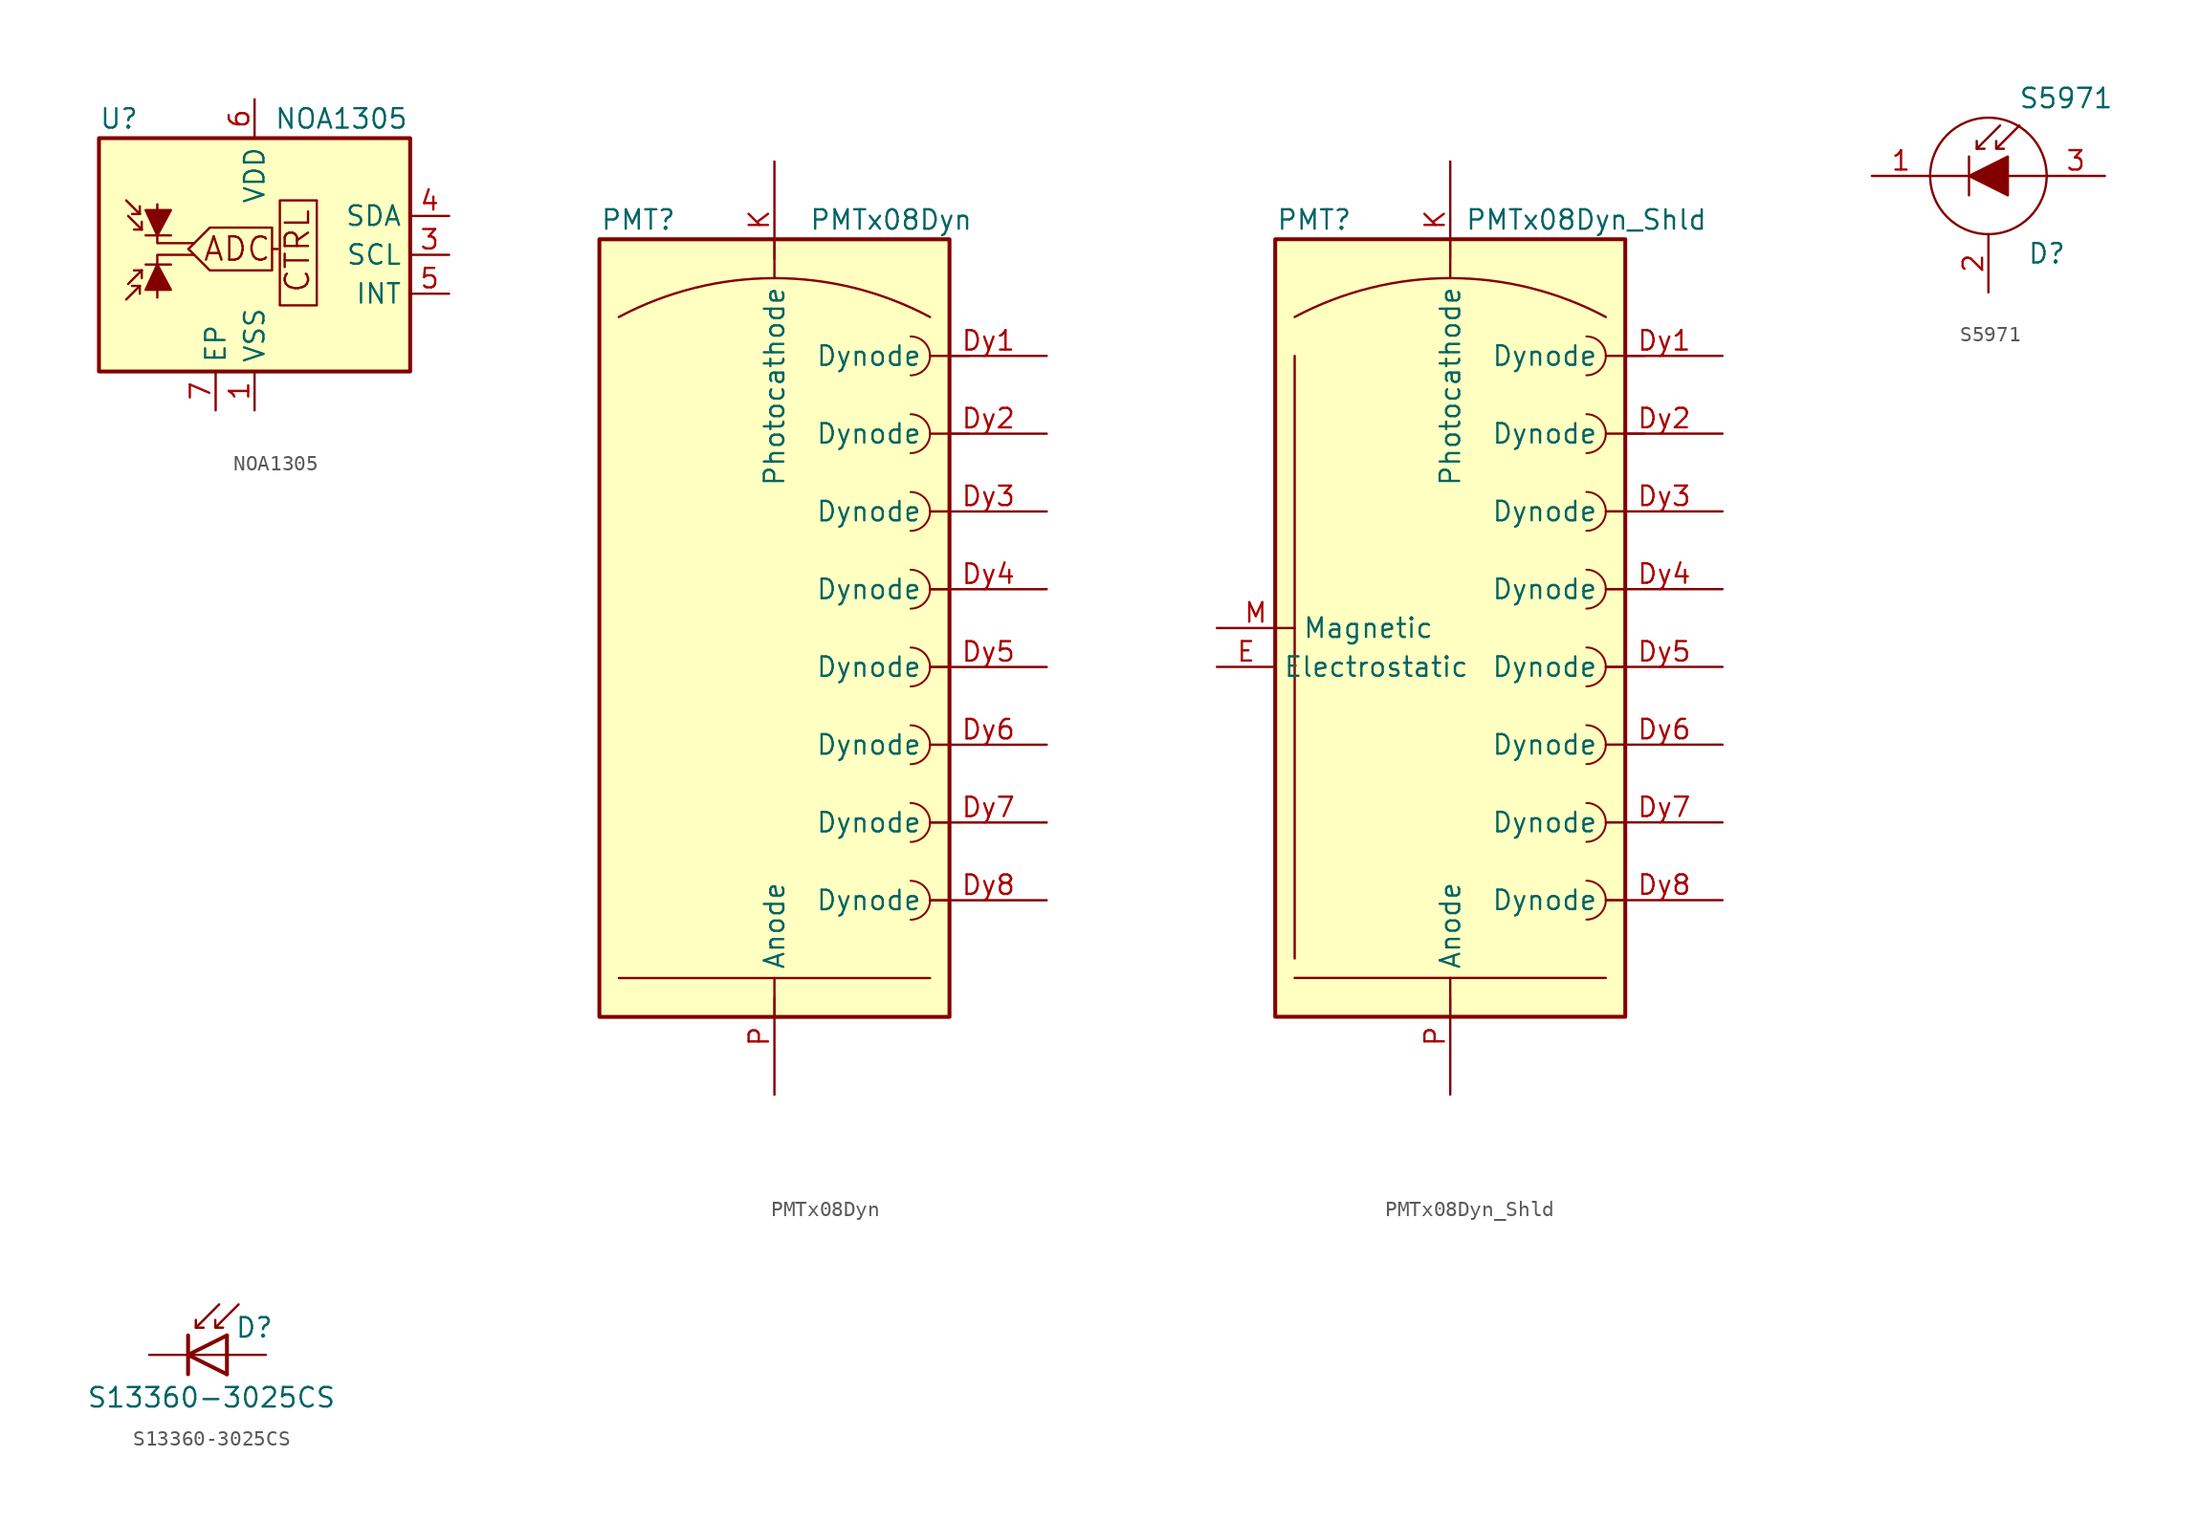
<source format=kicad_sym>
(kicad_symbol_lib
  (version 20211014)
  (generator kicad_symbol_editor)
  (symbol "NOA1305"
    (property "Reference" "U"
      (at -10.16 8.89 0)
      (effects (font (size 1.27 1.27)) (justify left)))
    (property "Value" "NOA1305"
      (at 1.27 8.89 0)
      (effects (font (size 1.27 1.27)) (justify left)))
    (symbol "NOA1305_0_0"
      (polyline (pts (xy 1.143 0.381) (xy 1.524 0.381)) (stroke (width 0) (type default) (color 0 0 0 0)) (fill (type none)))
      (polyline (pts (xy -6.35 -2.794) (xy -6.35 0) (xy -3.937 0)) (stroke (width 0) (type default) (color 0 0 0 0)) (fill (type none)))
      (polyline (pts (xy -6.35 3.302) (xy -6.35 0.762) (xy -3.937 0.762)) (stroke (width 0) (type default) (color 0 0 0 0)) (fill (type none)))
      (polyline (pts (xy -4.318 0.381) (xy -2.921 -1.016) (xy 1.143 -1.016) (xy 1.143 0.381)) (stroke (width 0) (type default) (color 0 0 0 0)) (fill (type none)))
      (polyline (pts (xy -4.318 0.381) (xy -2.921 1.778) (xy 1.143 1.778) (xy 1.143 0.381)) (stroke (width 0) (type default) (color 0 0 0 0)) (fill (type none)))
      (rectangle (start 1.651 3.556) (end 4.064 -3.302) (stroke (width 0) (type default) (color 0 0 0 0)) (fill (type none)))
      (text "ADC" (at -1.143 0.381 0) (effects (font (size 1.524 1.524))))
      (text "CTRL" (at 2.794 0.254 900) (effects (font (size 1.524 1.524)))))
    (symbol "NOA1305_0_1"
      (polyline (pts (xy -7.493 -2.032) (xy -8.382 -2.921)) (stroke (width 0) (type default) (color 0 0 0 0)) (fill (type none)))
      (polyline (pts (xy -7.493 -2.032) (xy -8.001 -2.032)) (stroke (width 0) (type default) (color 0 0 0 0)) (fill (type none)))
      (polyline (pts (xy -7.493 -2.032) (xy -7.493 -2.54)) (stroke (width 0) (type default) (color 0 0 0 0)) (fill (type none)))
      (polyline (pts (xy -7.493 2.667) (xy -8.382 3.556)) (stroke (width 0) (type default) (color 0 0 0 0)) (fill (type none)))
      (polyline (pts (xy -7.493 2.667) (xy -8.001 2.667)) (stroke (width 0) (type default) (color 0 0 0 0)) (fill (type none)))
      (polyline (pts (xy -7.493 2.667) (xy -7.493 3.175)) (stroke (width 0) (type default) (color 0 0 0 0)) (fill (type none)))
      (polyline (pts (xy -7.366 -1.016) (xy -8.255 -1.905)) (stroke (width 0) (type default) (color 0 0 0 0)) (fill (type none)))
      (polyline (pts (xy -7.366 -1.016) (xy -7.874 -1.016)) (stroke (width 0) (type default) (color 0 0 0 0)) (fill (type none)))
      (polyline (pts (xy -7.366 -1.016) (xy -7.366 -1.524)) (stroke (width 0) (type default) (color 0 0 0 0)) (fill (type none)))
      (polyline (pts (xy -7.366 1.651) (xy -8.255 2.54)) (stroke (width 0) (type default) (color 0 0 0 0)) (fill (type none)))
      (polyline (pts (xy -7.366 1.651) (xy -7.874 1.651)) (stroke (width 0) (type default) (color 0 0 0 0)) (fill (type none)))
      (polyline (pts (xy -7.366 1.651) (xy -7.366 2.159)) (stroke (width 0) (type default) (color 0 0 0 0)) (fill (type none)))
      (polyline (pts (xy -7.112 -0.635) (xy -5.461 -0.635)) (stroke (width 0) (type default) (color 0 0 0 0)) (fill (type none)))
      (polyline (pts (xy -7.112 1.27) (xy -5.461 1.27)) (stroke (width 0) (type default) (color 0 0 0 0)) (fill (type none)))
      (polyline (pts (xy -7.112 -2.286) (xy -5.461 -2.286) (xy -6.35 -0.635) (xy -7.112 -2.286)) (stroke (width 0) (type default) (color 0 0 0 0)) (fill (type outline)))
      (polyline (pts (xy -7.112 2.921) (xy -5.461 2.921) (xy -6.35 1.27) (xy -7.112 2.921)) (stroke (width 0) (type default) (color 0 0 0 0)) (fill (type outline)))
      (rectangle (start 10.16 7.62) (end -10.16 -7.62) (stroke (width 0.254) (type default) (color 0 0 0 0)) (fill (type background))))
    (symbol "NOA1305_1_1"
      (pin power_in line (at 0 -10.16 90) (length 2.54) (name "VSS" (effects (font (size 1.27 1.27)))) (number "1" (effects (font (size 1.27 1.27)))))
      (pin no_connect line (at -10.16 5.08 0) (length 2.54) hide (name "NC" (effects (font (size 1.27 1.27)))) (number "2" (effects (font (size 1.27 1.27)))))
      (pin input line (at 12.7 0 180) (length 2.54) (name "SCL" (effects (font (size 1.27 1.27)))) (number "3" (effects (font (size 1.27 1.27)))))
      (pin bidirectional line (at 12.7 2.54 180) (length 2.54) (name "SDA" (effects (font (size 1.27 1.27)))) (number "4" (effects (font (size 1.27 1.27)))))
      (pin open_collector line (at 12.7 -2.54 180) (length 2.54) (name "INT" (effects (font (size 1.27 1.27)))) (number "5" (effects (font (size 1.27 1.27)))))
      (pin power_in line (at 0 10.16 270) (length 2.54) (name "VDD" (effects (font (size 1.27 1.27)))) (number "6" (effects (font (size 1.27 1.27)))))
      (pin passive line (at -2.54 -10.16 90) (length 2.54) (name "EP" (effects (font (size 1.27 1.27)))) (number "7" (effects (font (size 1.27 1.27)))))))
  (symbol "PMTx08Dyn"
    (property "Reference" "PMT"
      (at -8.89 26.67 0)
      (effects (font (size 1.27 1.27))))
    (property "Value" "PMTx08Dyn"
      (at 7.62 26.67 0)
      (effects (font (size 1.27 1.27))))
    (symbol "PMTx08Dyn_0_1"
      (polyline (pts (xy 0 -25.4) (xy 0 -24.13)) (stroke (width 0.127) (type default) (color 0 0 0 0)) (fill (type none)))
      (polyline (pts (xy 0 25.4) (xy 0 24.13)) (stroke (width 0.127) (type default) (color 0 0 0 0)) (fill (type none)))
      (polyline (pts (xy 10.16 -22.86) (xy -10.16 -22.86)) (stroke (width 0) (type default) (color 0 0 0 0)) (fill (type none)))
      (polyline (pts (xy 11.43 -17.78) (xy 10.16 -17.78)) (stroke (width 0.127) (type default) (color 0 0 0 0)) (fill (type none)))
      (polyline (pts (xy 11.43 -12.7) (xy 10.16 -12.7)) (stroke (width 0.127) (type default) (color 0 0 0 0)) (fill (type none)))
      (polyline (pts (xy 11.43 -7.62) (xy 10.16 -7.62)) (stroke (width 0.127) (type default) (color 0 0 0 0)) (fill (type none)))
      (polyline (pts (xy 11.43 -2.54) (xy 10.16 -2.54)) (stroke (width 0.127) (type default) (color 0 0 0 0)) (fill (type none)))
      (polyline (pts (xy 11.43 2.54) (xy 10.16 2.54)) (stroke (width 0.127) (type default) (color 0 0 0 0)) (fill (type none)))
      (polyline (pts (xy 11.43 7.62) (xy 10.16 7.62)) (stroke (width 0.127) (type default) (color 0 0 0 0)) (fill (type none)))
      (polyline (pts (xy 12.7 12.7) (xy 11.43 12.7)) (stroke (width 0.127) (type default) (color 0 0 0 0)) (fill (type none)))
      (polyline (pts (xy 12.7 17.78) (xy 11.43 17.78)) (stroke (width 0.127) (type default) (color 0 0 0 0)) (fill (type none)))
      (arc (start 8.89 -19.05) (mid 10.16 -17.78) (end 8.89 -16.51) (stroke (width 0.127) (type default) (color 0 0 0 0)) (fill (type none)))
      (arc (start 8.89 -13.97) (mid 10.16 -12.7) (end 8.89 -11.43) (stroke (width 0.127) (type default) (color 0 0 0 0)) (fill (type none)))
      (arc (start 8.89 -8.89) (mid 10.16 -7.62) (end 8.89 -6.35) (stroke (width 0.127) (type default) (color 0 0 0 0)) (fill (type none)))
      (arc (start 8.89 -3.81) (mid 10.16 -2.54) (end 8.89 -1.27) (stroke (width 0.127) (type default) (color 0 0 0 0)) (fill (type none)))
      (arc (start 8.89 1.27) (mid 10.16 2.54) (end 8.89 3.81) (stroke (width 0.127) (type default) (color 0 0 0 0)) (fill (type none)))
      (arc (start 8.89 6.35) (mid 10.16 7.62) (end 8.89 8.89) (stroke (width 0.127) (type default) (color 0 0 0 0)) (fill (type none)))
      (arc (start 8.89 11.43) (mid 10.16 12.7) (end 8.89 13.97) (stroke (width 0.127) (type default) (color 0 0 0 0)) (fill (type none)))
      (arc (start 8.89 16.51) (mid 10.16 17.78) (end 8.89 19.05) (stroke (width 0.127) (type default) (color 0 0 0 0)) (fill (type none)))
      (arc (start 10.16 20.32) (mid 0 22.86) (end -10.16 20.32) (stroke (width 0) (type default) (color 0 0 0 0)) (fill (type none)))
      (rectangle (start 11.43 -25.4) (end -11.43 25.4) (stroke (width 0.254) (type default) (color 0 0 0 0)) (fill (type background))))
    (symbol "PMTx08Dyn_1_1"
      (pin passive line (at 17.78 17.78 180) (length 7.62) (name "Dynode" (effects (font (size 1.27 1.27)))) (number "Dy1" (effects (font (size 1.27 1.27)))))
      (pin passive line (at 17.78 12.7 180) (length 7.62) (name "Dynode" (effects (font (size 1.27 1.27)))) (number "Dy2" (effects (font (size 1.27 1.27)))))
      (pin passive line (at 17.78 7.62 180) (length 7.62) (name "Dynode" (effects (font (size 1.27 1.27)))) (number "Dy3" (effects (font (size 1.27 1.27)))))
      (pin passive line (at 17.78 2.54 180) (length 7.62) (name "Dynode" (effects (font (size 1.27 1.27)))) (number "Dy4" (effects (font (size 1.27 1.27)))))
      (pin passive line (at 17.78 -2.54 180) (length 7.62) (name "Dynode" (effects (font (size 1.27 1.27)))) (number "Dy5" (effects (font (size 1.27 1.27)))))
      (pin passive line (at 17.78 -7.62 180) (length 7.62) (name "Dynode" (effects (font (size 1.27 1.27)))) (number "Dy6" (effects (font (size 1.27 1.27)))))
      (pin passive line (at 17.78 -12.7 180) (length 7.62) (name "Dynode" (effects (font (size 1.27 1.27)))) (number "Dy7" (effects (font (size 1.27 1.27)))))
      (pin passive line (at 17.78 -17.78 180) (length 7.62) (name "Dynode" (effects (font (size 1.27 1.27)))) (number "Dy8" (effects (font (size 1.27 1.27)))))
      (pin passive line (at 0 30.48 270) (length 7.62) (name "Photocathode" (effects (font (size 1.27 1.27)))) (number "K" (effects (font (size 1.27 1.27)))))
      (pin passive line (at 0 -30.48 90) (length 7.62) (name "Anode" (effects (font (size 1.27 1.27)))) (number "P" (effects (font (size 1.27 1.27)))))))
  (symbol "PMTx08Dyn_Shld"
    (property "Reference" "PMT"
      (at -8.89 26.67 0)
      (effects (font (size 1.27 1.27))))
    (property "Value" "PMTx08Dyn_Shld"
      (at 8.89 26.67 0)
      (effects (font (size 1.27 1.27))))
    (symbol "PMTx08Dyn_Shld_0_1"
      (polyline (pts (xy -10.16 17.78) (xy -10.16 -21.59)) (stroke (width 0) (type default) (color 0 0 0 0)) (fill (type none)))
      (polyline (pts (xy 0 -25.4) (xy 0 -24.13)) (stroke (width 0.127) (type default) (color 0 0 0 0)) (fill (type none)))
      (polyline (pts (xy 0 25.4) (xy 0 24.13)) (stroke (width 0.127) (type default) (color 0 0 0 0)) (fill (type none)))
      (polyline (pts (xy 10.16 -22.86) (xy -10.16 -22.86)) (stroke (width 0) (type default) (color 0 0 0 0)) (fill (type none)))
      (polyline (pts (xy 11.43 -17.78) (xy 10.16 -17.78)) (stroke (width 0.127) (type default) (color 0 0 0 0)) (fill (type none)))
      (polyline (pts (xy 11.43 -12.7) (xy 10.16 -12.7)) (stroke (width 0.127) (type default) (color 0 0 0 0)) (fill (type none)))
      (polyline (pts (xy 11.43 -7.62) (xy 10.16 -7.62)) (stroke (width 0.127) (type default) (color 0 0 0 0)) (fill (type none)))
      (polyline (pts (xy 11.43 -2.54) (xy 10.16 -2.54)) (stroke (width 0.127) (type default) (color 0 0 0 0)) (fill (type none)))
      (polyline (pts (xy 11.43 2.54) (xy 10.16 2.54)) (stroke (width 0.127) (type default) (color 0 0 0 0)) (fill (type none)))
      (polyline (pts (xy 11.43 7.62) (xy 10.16 7.62)) (stroke (width 0.127) (type default) (color 0 0 0 0)) (fill (type none)))
      (polyline (pts (xy 12.7 12.7) (xy 11.43 12.7)) (stroke (width 0.127) (type default) (color 0 0 0 0)) (fill (type none)))
      (polyline (pts (xy 12.7 17.78) (xy 11.43 17.78)) (stroke (width 0.127) (type default) (color 0 0 0 0)) (fill (type none)))
      (arc (start 8.89 -19.05) (mid 10.16 -17.78) (end 8.89 -16.51) (stroke (width 0.127) (type default) (color 0 0 0 0)) (fill (type none)))
      (arc (start 8.89 -13.97) (mid 10.16 -12.7) (end 8.89 -11.43) (stroke (width 0.127) (type default) (color 0 0 0 0)) (fill (type none)))
      (arc (start 8.89 -8.89) (mid 10.16 -7.62) (end 8.89 -6.35) (stroke (width 0.127) (type default) (color 0 0 0 0)) (fill (type none)))
      (arc (start 8.89 -3.81) (mid 10.16 -2.54) (end 8.89 -1.27) (stroke (width 0.127) (type default) (color 0 0 0 0)) (fill (type none)))
      (arc (start 8.89 1.27) (mid 10.16 2.54) (end 8.89 3.81) (stroke (width 0.127) (type default) (color 0 0 0 0)) (fill (type none)))
      (arc (start 8.89 6.35) (mid 10.16 7.62) (end 8.89 8.89) (stroke (width 0.127) (type default) (color 0 0 0 0)) (fill (type none)))
      (arc (start 8.89 11.43) (mid 10.16 12.7) (end 8.89 13.97) (stroke (width 0.127) (type default) (color 0 0 0 0)) (fill (type none)))
      (arc (start 8.89 16.51) (mid 10.16 17.78) (end 8.89 19.05) (stroke (width 0.127) (type default) (color 0 0 0 0)) (fill (type none)))
      (arc (start 10.16 20.32) (mid 0 22.86) (end -10.16 20.32) (stroke (width 0) (type default) (color 0 0 0 0)) (fill (type none)))
      (rectangle (start 11.43 -25.4) (end -11.43 25.4) (stroke (width 0.254) (type default) (color 0 0 0 0)) (fill (type background))))
    (symbol "PMTx08Dyn_Shld_1_1"
      (pin passive line (at 17.78 17.78 180) (length 7.62) (name "Dynode" (effects (font (size 1.27 1.27)))) (number "Dy1" (effects (font (size 1.27 1.27)))))
      (pin passive line (at 17.78 12.7 180) (length 7.62) (name "Dynode" (effects (font (size 1.27 1.27)))) (number "Dy2" (effects (font (size 1.27 1.27)))))
      (pin passive line (at 17.78 7.62 180) (length 7.62) (name "Dynode" (effects (font (size 1.27 1.27)))) (number "Dy3" (effects (font (size 1.27 1.27)))))
      (pin passive line (at 17.78 2.54 180) (length 7.62) (name "Dynode" (effects (font (size 1.27 1.27)))) (number "Dy4" (effects (font (size 1.27 1.27)))))
      (pin passive line (at 17.78 -2.54 180) (length 7.62) (name "Dynode" (effects (font (size 1.27 1.27)))) (number "Dy5" (effects (font (size 1.27 1.27)))))
      (pin passive line (at 17.78 -7.62 180) (length 7.62) (name "Dynode" (effects (font (size 1.27 1.27)))) (number "Dy6" (effects (font (size 1.27 1.27)))))
      (pin passive line (at 17.78 -12.7 180) (length 7.62) (name "Dynode" (effects (font (size 1.27 1.27)))) (number "Dy7" (effects (font (size 1.27 1.27)))))
      (pin passive line (at 17.78 -17.78 180) (length 7.62) (name "Dynode" (effects (font (size 1.27 1.27)))) (number "Dy8" (effects (font (size 1.27 1.27)))))
      (pin passive line (at -15.24 -2.54 0) (length 3.81) (name "Electrostatic" (effects (font (size 1.27 1.27)))) (number "E" (effects (font (size 1.27 1.27)))))
      (pin passive line (at 0 30.48 270) (length 7.62) (name "Photocathode" (effects (font (size 1.27 1.27)))) (number "K" (effects (font (size 1.27 1.27)))))
      (pin passive line (at -15.24 0 0) (length 5.08) (name "Magnetic" (effects (font (size 1.27 1.27)))) (number "M" (effects (font (size 1.27 1.27)))))
      (pin passive line (at 0 -30.48 90) (length 7.62) (name "Anode" (effects (font (size 1.27 1.27)))) (number "P" (effects (font (size 1.27 1.27)))))))
  (symbol "S5971"
    (pin_names
      (offset 0.254) hide)
    (property "Reference" "D"
      (at 2.54 -5.08 0)
      (effects (font (size 1.27 1.27)) (justify left)))
    (property "Value" "S5971"
      (at 5.08 5.08 0)
      (effects (font (size 1.27 1.27))))
    (symbol "S5971_0_0"
      (pin passive line (at 0 -7.62 90) (length 3.81) (name "C" (effects (font (size 1.27 1.27)))) (number "2" (effects (font (size 1.27 1.27))))))
    (symbol "S5971_0_1"
      (polyline (pts (xy -1.27 0) (xy -3.81 0)) (stroke (width 0) (type default) (color 0 0 0 0)) (fill (type none)))
      (polyline (pts (xy -1.27 1.27) (xy -1.27 -1.27)) (stroke (width 0.152) (type default) (color 0 0 0 0)) (fill (type none)))
      (polyline (pts (xy -0.762 1.778) (xy -0.254 1.778)) (stroke (width 0) (type default) (color 0 0 0 0)) (fill (type none)))
      (polyline (pts (xy 3.81 0) (xy 1.27 0)) (stroke (width 0) (type default) (color 0 0 0 0)) (fill (type none)))
      (polyline (pts (xy 0.762 3.302) (xy -0.762 1.778) (xy -0.762 2.286)) (stroke (width 0) (type default) (color 0 0 0 0)) (fill (type none)))
      (polyline (pts (xy -1.27 0) (xy 1.27 1.27) (xy 1.27 -1.27) (xy -1.27 0)) (stroke (width 0) (type default) (color 0 0 0 0)) (fill (type outline)))
      (polyline (pts (xy 2.032 3.302) (xy 0.508 1.778) (xy 0.508 2.286) (xy 0.508 1.778) (xy 1.016 1.778)) (stroke (width 0) (type default) (color 0 0 0 0)) (fill (type none)))
      (circle (center 0 0) (radius 3.81) (stroke (width 0) (type default) (color 0 0 0 0)) (fill (type none))))
    (symbol "S5971_1_1"
      (pin passive line (at -7.62 0 0) (length 3.81) (name "K" (effects (font (size 1.27 1.27)))) (number "1" (effects (font (size 1.27 1.27)))))
      (pin passive line (at 7.62 0 180) (length 3.81) (name "A" (effects (font (size 1.27 1.27)))) (number "3" (effects (font (size 1.27 1.27)))))))
  (symbol "S13360-3025CS"
    (pin_numbers hide)
    (pin_names hide)
    (property "Reference" "D"
      (at 1.778 1.778 0)
      (effects (font (size 1.27 1.27)) (justify left)))
    (property "Value" "S13360-3025CS"
      (at 0.254 -2.794 0)
      (effects (font (size 1.27 1.27))))
    (symbol "S13360-3025CS_0_1"
      (polyline (pts (xy -1.27 0) (xy 1.27 0)) (stroke (width 0) (type default) (color 0 0 0 0)) (fill (type none)))
      (polyline (pts (xy -1.27 1.27) (xy -1.27 -1.27)) (stroke (width 0.254) (type default) (color 0 0 0 0)) (fill (type none)))
      (polyline (pts (xy -0.762 1.778) (xy -0.254 1.778)) (stroke (width 0) (type default) (color 0 0 0 0)) (fill (type none)))
      (polyline (pts (xy 1.27 1.27) (xy 1.27 -1.27)) (stroke (width 0.254) (type default) (color 0 0 0 0)) (fill (type none)))
      (polyline (pts (xy 0.762 3.302) (xy -0.762 1.778) (xy -0.762 2.286)) (stroke (width 0) (type default) (color 0 0 0 0)) (fill (type none)))
      (polyline (pts (xy 1.27 1.27) (xy -1.27 0) (xy 1.27 -1.27)) (stroke (width 0.254) (type default) (color 0 0 0 0)) (fill (type none)))
      (polyline (pts (xy 2.032 3.302) (xy 0.508 1.778) (xy 0.508 2.286) (xy 0.508 1.778) (xy 1.016 1.778)) (stroke (width 0) (type default) (color 0 0 0 0)) (fill (type none))))
    (symbol "S13360-3025CS_1_1"
      (pin passive line (at 3.81 0 180) (length 2.54) (name "A" (effects (font (size 1.27 1.27)))) (number "1" (effects (font (size 1.27 1.27)))))
      (pin passive line (at -3.81 0 0) (length 2.54) (name "K" (effects (font (size 1.27 1.27)))) (number "2" (effects (font (size 1.27 1.27))))))))
</source>
